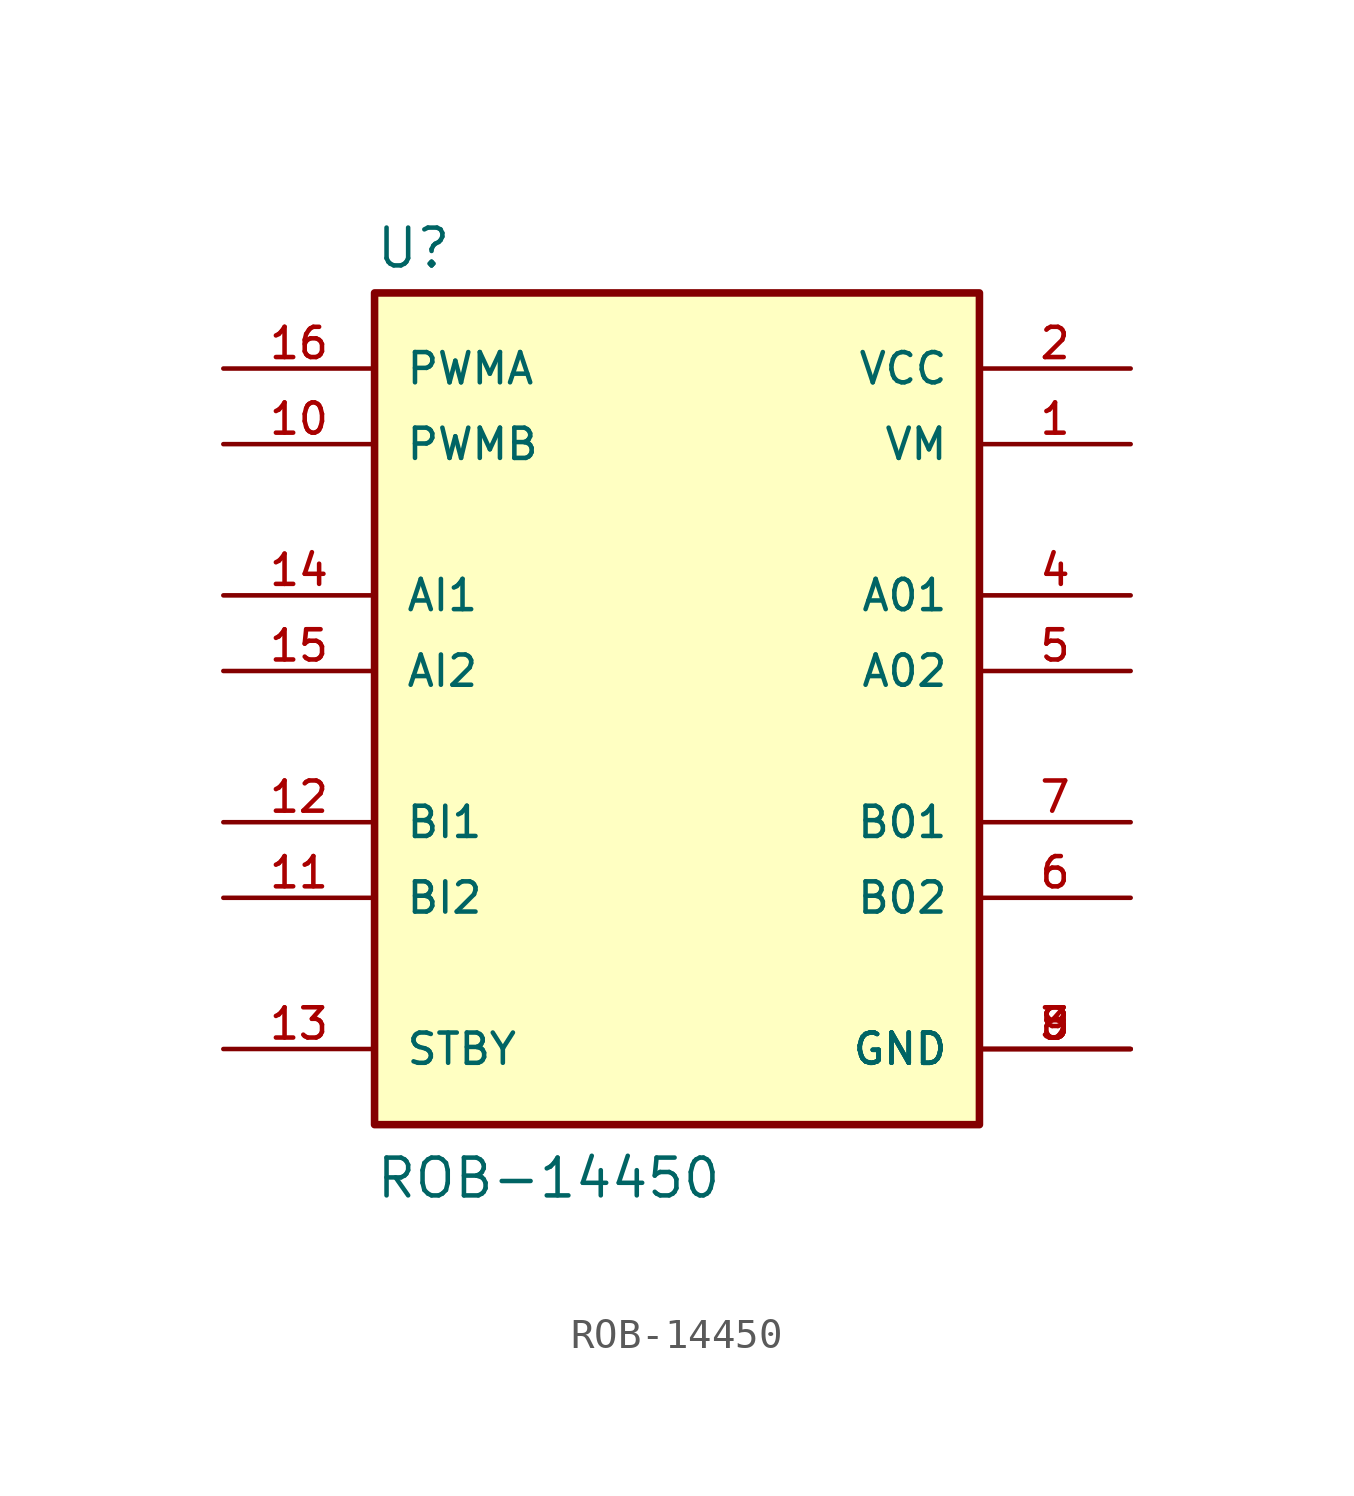
<source format=kicad_sym>
(kicad_symbol_lib
  (version 20211014)
  (generator kicad_symbol_editor)
  (symbol "ROB-14450"
    (pin_names
      (offset 1.016))
    (property "Reference" "U"
      (at -10.16 16.002 0)
      (effects (font (size 1.27 1.27)) (justify bottom left)))
    (property "Value" "ROB-14450"
      (at -10.16 -15.24 0)
      (effects (font (size 1.27 1.27)) (justify bottom left)))
    (symbol "ROB-14450_0_0"
      (rectangle (start -10.16 -12.7) (end 10.16 15.24) (stroke (width 0.254)) (fill (type background)))
      (pin output line (at 15.24 5.08 180.0) (length 5.08) (name "A01" (effects (font (size 1.016 1.016)))) (number "4" (effects (font (size 1.016 1.016)))))
      (pin output line (at 15.24 2.54 180.0) (length 5.08) (name "A02" (effects (font (size 1.016 1.016)))) (number "5" (effects (font (size 1.016 1.016)))))
      (pin output line (at 15.24 -2.54 180.0) (length 5.08) (name "B01" (effects (font (size 1.016 1.016)))) (number "7" (effects (font (size 1.016 1.016)))))
      (pin output line (at 15.24 -5.08 180.0) (length 5.08) (name "B02" (effects (font (size 1.016 1.016)))) (number "6" (effects (font (size 1.016 1.016)))))
      (pin power_in line (at 15.24 12.7 180.0) (length 5.08) (name "VCC" (effects (font (size 1.016 1.016)))) (number "2" (effects (font (size 1.016 1.016)))))
      (pin input line (at -15.24 10.16 0) (length 5.08) (name "PWMB" (effects (font (size 1.016 1.016)))) (number "10" (effects (font (size 1.016 1.016)))))
      (pin input line (at -15.24 -2.54 0) (length 5.08) (name "BI1" (effects (font (size 1.016 1.016)))) (number "12" (effects (font (size 1.016 1.016)))))
      (pin input line (at -15.24 -5.08 0) (length 5.08) (name "BI2" (effects (font (size 1.016 1.016)))) (number "11" (effects (font (size 1.016 1.016)))))
      (pin power_in line (at 15.24 -10.16 180.0) (length 5.08) (name "GND" (effects (font (size 1.016 1.016)))) (number "3" (effects (font (size 1.016 1.016)))))
      (pin power_in line (at 15.24 -10.16 180.0) (length 5.08) (name "GND" (effects (font (size 1.016 1.016)))) (number "8" (effects (font (size 1.016 1.016)))))
      (pin power_in line (at 15.24 -10.16 180.0) (length 5.08) (name "GND" (effects (font (size 1.016 1.016)))) (number "9" (effects (font (size 1.016 1.016)))))
      (pin input line (at -15.24 -10.16 0) (length 5.08) (name "STBY" (effects (font (size 1.016 1.016)))) (number "13" (effects (font (size 1.016 1.016)))))
      (pin input line (at -15.24 5.08 0) (length 5.08) (name "AI1" (effects (font (size 1.016 1.016)))) (number "14" (effects (font (size 1.016 1.016)))))
      (pin input line (at -15.24 2.54 0) (length 5.08) (name "AI2" (effects (font (size 1.016 1.016)))) (number "15" (effects (font (size 1.016 1.016)))))
      (pin input line (at -15.24 12.7 0) (length 5.08) (name "PWMA" (effects (font (size 1.016 1.016)))) (number "16" (effects (font (size 1.016 1.016)))))
      (pin power_in line (at 15.24 10.16 180.0) (length 5.08) (name "VM" (effects (font (size 1.016 1.016)))) (number "1" (effects (font (size 1.016 1.016))))))))
</source>
